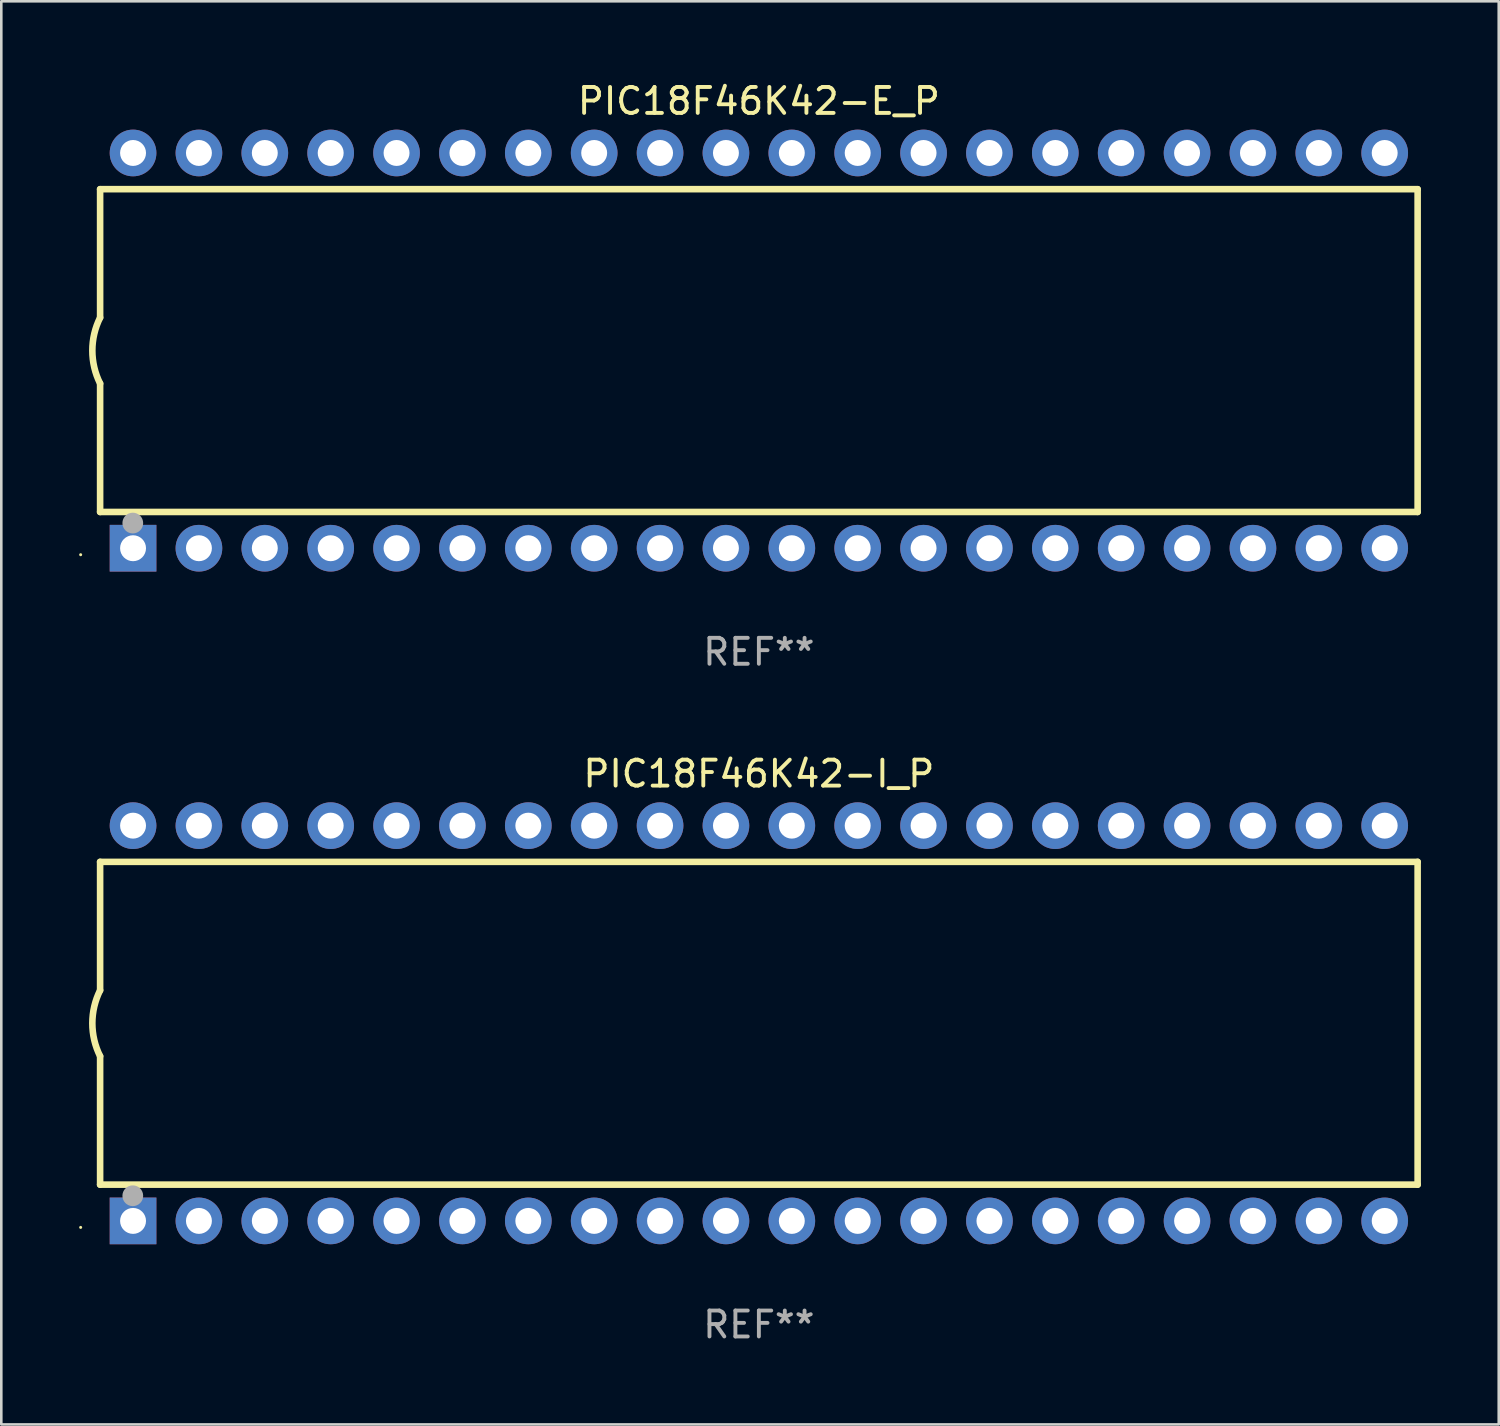
<source format=kicad_pcb>
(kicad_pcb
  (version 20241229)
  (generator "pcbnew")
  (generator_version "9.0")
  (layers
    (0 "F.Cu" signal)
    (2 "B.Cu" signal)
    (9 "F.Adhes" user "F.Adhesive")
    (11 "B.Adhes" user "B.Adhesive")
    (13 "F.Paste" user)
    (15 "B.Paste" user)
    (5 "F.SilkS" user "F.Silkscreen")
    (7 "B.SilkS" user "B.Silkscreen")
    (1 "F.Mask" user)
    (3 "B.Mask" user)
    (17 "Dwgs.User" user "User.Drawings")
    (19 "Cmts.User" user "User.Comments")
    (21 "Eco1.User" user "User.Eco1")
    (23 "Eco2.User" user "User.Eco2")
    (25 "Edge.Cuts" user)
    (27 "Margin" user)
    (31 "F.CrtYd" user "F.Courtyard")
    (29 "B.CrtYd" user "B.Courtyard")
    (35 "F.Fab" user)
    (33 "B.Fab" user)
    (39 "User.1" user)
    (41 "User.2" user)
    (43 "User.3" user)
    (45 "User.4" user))
  (footprint "PIC18F46K42-I_P"
    (layer "F.Cu")
    (at 26.21 36.405)
    (property "Reference" "PIC18F46K42-I_P" (at 0 -9.62 0) (layer "F.SilkS") (effects (font (size 1 1) (thickness 0.15))))
    (attr through_hole)
    (fp_line (start -25.4 -6.224) (end -25.4 -1.271) (stroke (width 0.254) (type solid)) (layer "F.SilkS"))
    (fp_line (start -25.4 -6.224) (end 25.4 -6.224) (stroke (width 0.254) (type solid)) (layer "F.SilkS"))
    (fp_line (start -25.4 1.269) (end -25.4 6.222) (stroke (width 0.254) (type solid)) (layer "F.SilkS"))
    (fp_line (start -25.4 6.222) (end 25.4 6.222) (stroke (width 0.254) (type solid)) (layer "F.SilkS"))
    (fp_line (start 25.4 6.222) (end 25.4 -6.224) (stroke (width 0.254) (type solid)) (layer "F.SilkS"))
    (fp_arc (start -25.4 1.269241) (mid -25.699807 -0.000762) (end -25.4 -1.270765) (stroke (width 0.254001) (type solid)) (layer "F.SilkS"))
    (fp_circle (center -26.15 7.87) (end -26.12 7.87) (stroke (width 0.06) (type solid)) (fill no) (layer "F.SilkS"))
    (fp_circle (center -24.14 6.65) (end -23.94 6.65) (stroke (width 0.4) (type solid)) (fill no) (layer "F.Fab"))
    (fp_text user "REF**" (at 0 11.62 0) (layer "F.Fab") (effects (font (size 1 1) (thickness 0.15))))
    (pad "1" thru_hole rect (at -24.13 7.62 90) (size 1.8 1.8) (drill 1) (layers "*.Cu" "*.Mask"))
    (pad "2" thru_hole circle (at -21.59 7.62) (size 1.8 1.8) (drill 1) (layers "*.Cu" "*.Mask"))
    (pad "3" thru_hole circle (at -19.05 7.62) (size 1.8 1.8) (drill 1) (layers "*.Cu" "*.Mask"))
    (pad "4" thru_hole circle (at -16.51 7.62) (size 1.8 1.8) (drill 1) (layers "*.Cu" "*.Mask"))
    (pad "5" thru_hole circle (at -13.97 7.62) (size 1.8 1.8) (drill 1) (layers "*.Cu" "*.Mask"))
    (pad "6" thru_hole circle (at -11.43 7.62) (size 1.8 1.8) (drill 1) (layers "*.Cu" "*.Mask"))
    (pad "7" thru_hole circle (at -8.89 7.62) (size 1.8 1.8) (drill 1) (layers "*.Cu" "*.Mask"))
    (pad "8" thru_hole circle (at -6.35 7.62) (size 1.8 1.8) (drill 1) (layers "*.Cu" "*.Mask"))
    (pad "9" thru_hole circle (at -3.81 7.62) (size 1.8 1.8) (drill 1) (layers "*.Cu" "*.Mask"))
    (pad "10" thru_hole circle (at -1.27 7.62) (size 1.8 1.8) (drill 1) (layers "*.Cu" "*.Mask"))
    (pad "11" thru_hole circle (at 1.27 7.62) (size 1.8 1.8) (drill 1) (layers "*.Cu" "*.Mask"))
    (pad "12" thru_hole circle (at 3.81 7.62) (size 1.8 1.8) (drill 1) (layers "*.Cu" "*.Mask"))
    (pad "13" thru_hole circle (at 6.35 7.62) (size 1.8 1.8) (drill 1) (layers "*.Cu" "*.Mask"))
    (pad "14" thru_hole circle (at 8.89 7.62) (size 1.8 1.8) (drill 1) (layers "*.Cu" "*.Mask"))
    (pad "15" thru_hole circle (at 11.43 7.62) (size 1.8 1.8) (drill 1) (layers "*.Cu" "*.Mask"))
    (pad "16" thru_hole circle (at 13.97 7.62) (size 1.8 1.8) (drill 1) (layers "*.Cu" "*.Mask"))
    (pad "17" thru_hole circle (at 16.51 7.62) (size 1.8 1.8) (drill 1) (layers "*.Cu" "*.Mask"))
    (pad "18" thru_hole circle (at 19.05 7.62) (size 1.8 1.8) (drill 1) (layers "*.Cu" "*.Mask"))
    (pad "19" thru_hole circle (at 21.59 7.62) (size 1.8 1.8) (drill 1) (layers "*.Cu" "*.Mask"))
    (pad "20" thru_hole circle (at 24.13 7.62) (size 1.8 1.8) (drill 1) (layers "*.Cu" "*.Mask"))
    (pad "21" thru_hole circle (at 24.13 -7.62) (size 1.8 1.8) (drill 1) (layers "*.Cu" "*.Mask"))
    (pad "22" thru_hole circle (at 21.59 -7.62) (size 1.8 1.8) (drill 1) (layers "*.Cu" "*.Mask"))
    (pad "23" thru_hole circle (at 19.05 -7.62) (size 1.8 1.8) (drill 1) (layers "*.Cu" "*.Mask"))
    (pad "24" thru_hole circle (at 16.51 -7.62) (size 1.8 1.8) (drill 1) (layers "*.Cu" "*.Mask"))
    (pad "25" thru_hole circle (at 13.97 -7.62) (size 1.8 1.8) (drill 1) (layers "*.Cu" "*.Mask"))
    (pad "26" thru_hole circle (at 11.43 -7.62) (size 1.8 1.8) (drill 1) (layers "*.Cu" "*.Mask"))
    (pad "27" thru_hole circle (at 8.89 -7.62) (size 1.8 1.8) (drill 1) (layers "*.Cu" "*.Mask"))
    (pad "28" thru_hole circle (at 6.35 -7.62) (size 1.8 1.8) (drill 1) (layers "*.Cu" "*.Mask"))
    (pad "29" thru_hole circle (at 3.81 -7.62) (size 1.8 1.8) (drill 1) (layers "*.Cu" "*.Mask"))
    (pad "30" thru_hole circle (at 1.27 -7.62) (size 1.8 1.8) (drill 1) (layers "*.Cu" "*.Mask"))
    (pad "31" thru_hole circle (at -1.27 -7.62) (size 1.8 1.8) (drill 1) (layers "*.Cu" "*.Mask"))
    (pad "32" thru_hole circle (at -3.81 -7.62) (size 1.8 1.8) (drill 1) (layers "*.Cu" "*.Mask"))
    (pad "33" thru_hole circle (at -6.35 -7.62) (size 1.8 1.8) (drill 1) (layers "*.Cu" "*.Mask"))
    (pad "34" thru_hole circle (at -8.89 -7.62) (size 1.8 1.8) (drill 1) (layers "*.Cu" "*.Mask"))
    (pad "35" thru_hole circle (at -11.43 -7.62) (size 1.8 1.8) (drill 1) (layers "*.Cu" "*.Mask"))
    (pad "36" thru_hole circle (at -13.97 -7.62) (size 1.8 1.8) (drill 1) (layers "*.Cu" "*.Mask"))
    (pad "37" thru_hole circle (at -16.51 -7.62) (size 1.8 1.8) (drill 1) (layers "*.Cu" "*.Mask"))
    (pad "38" thru_hole circle (at -19.05 -7.62) (size 1.8 1.8) (drill 1) (layers "*.Cu" "*.Mask"))
    (pad "39" thru_hole circle (at -21.59 -7.62) (size 1.8 1.8) (drill 1) (layers "*.Cu" "*.Mask"))
    (pad "40" thru_hole circle (at -24.13 -7.62) (size 1.8 1.8) (drill 1) (layers "*.Cu" "*.Mask")))
  (footprint "PIC18F46K42-E_P"
    (layer "F.Cu")
    (at 26.21 10.468)
    (property "Reference" "PIC18F46K42-E_P" (at 0 -9.62 0) (layer "F.SilkS") (effects (font (size 1 1) (thickness 0.15))))
    (attr through_hole)
    (fp_line (start -25.4 -6.224) (end -25.4 -1.271) (stroke (width 0.254) (type solid)) (layer "F.SilkS"))
    (fp_line (start -25.4 -6.224) (end 25.4 -6.224) (stroke (width 0.254) (type solid)) (layer "F.SilkS"))
    (fp_line (start -25.4 1.269) (end -25.4 6.222) (stroke (width 0.254) (type solid)) (layer "F.SilkS"))
    (fp_line (start -25.4 6.222) (end 25.4 6.222) (stroke (width 0.254) (type solid)) (layer "F.SilkS"))
    (fp_line (start 25.4 6.222) (end 25.4 -6.224) (stroke (width 0.254) (type solid)) (layer "F.SilkS"))
    (fp_arc (start -25.4 1.269241) (mid -25.699807 -0.000762) (end -25.4 -1.270765) (stroke (width 0.254001) (type solid)) (layer "F.SilkS"))
    (fp_circle (center -26.15 7.87) (end -26.12 7.87) (stroke (width 0.06) (type solid)) (fill no) (layer "F.SilkS"))
    (fp_circle (center -24.14 6.65) (end -23.94 6.65) (stroke (width 0.4) (type solid)) (fill no) (layer "F.Fab"))
    (fp_text user "REF**" (at 0 11.62 0) (layer "F.Fab") (effects (font (size 1 1) (thickness 0.15))))
    (pad "1" thru_hole rect (at -24.13 7.62 90) (size 1.8 1.8) (drill 1) (layers "*.Cu" "*.Mask"))
    (pad "2" thru_hole circle (at -21.59 7.62) (size 1.8 1.8) (drill 1) (layers "*.Cu" "*.Mask"))
    (pad "3" thru_hole circle (at -19.05 7.62) (size 1.8 1.8) (drill 1) (layers "*.Cu" "*.Mask"))
    (pad "4" thru_hole circle (at -16.51 7.62) (size 1.8 1.8) (drill 1) (layers "*.Cu" "*.Mask"))
    (pad "5" thru_hole circle (at -13.97 7.62) (size 1.8 1.8) (drill 1) (layers "*.Cu" "*.Mask"))
    (pad "6" thru_hole circle (at -11.43 7.62) (size 1.8 1.8) (drill 1) (layers "*.Cu" "*.Mask"))
    (pad "7" thru_hole circle (at -8.89 7.62) (size 1.8 1.8) (drill 1) (layers "*.Cu" "*.Mask"))
    (pad "8" thru_hole circle (at -6.35 7.62) (size 1.8 1.8) (drill 1) (layers "*.Cu" "*.Mask"))
    (pad "9" thru_hole circle (at -3.81 7.62) (size 1.8 1.8) (drill 1) (layers "*.Cu" "*.Mask"))
    (pad "10" thru_hole circle (at -1.27 7.62) (size 1.8 1.8) (drill 1) (layers "*.Cu" "*.Mask"))
    (pad "11" thru_hole circle (at 1.27 7.62) (size 1.8 1.8) (drill 1) (layers "*.Cu" "*.Mask"))
    (pad "12" thru_hole circle (at 3.81 7.62) (size 1.8 1.8) (drill 1) (layers "*.Cu" "*.Mask"))
    (pad "13" thru_hole circle (at 6.35 7.62) (size 1.8 1.8) (drill 1) (layers "*.Cu" "*.Mask"))
    (pad "14" thru_hole circle (at 8.89 7.62) (size 1.8 1.8) (drill 1) (layers "*.Cu" "*.Mask"))
    (pad "15" thru_hole circle (at 11.43 7.62) (size 1.8 1.8) (drill 1) (layers "*.Cu" "*.Mask"))
    (pad "16" thru_hole circle (at 13.97 7.62) (size 1.8 1.8) (drill 1) (layers "*.Cu" "*.Mask"))
    (pad "17" thru_hole circle (at 16.51 7.62) (size 1.8 1.8) (drill 1) (layers "*.Cu" "*.Mask"))
    (pad "18" thru_hole circle (at 19.05 7.62) (size 1.8 1.8) (drill 1) (layers "*.Cu" "*.Mask"))
    (pad "19" thru_hole circle (at 21.59 7.62) (size 1.8 1.8) (drill 1) (layers "*.Cu" "*.Mask"))
    (pad "20" thru_hole circle (at 24.13 7.62) (size 1.8 1.8) (drill 1) (layers "*.Cu" "*.Mask"))
    (pad "21" thru_hole circle (at 24.13 -7.62) (size 1.8 1.8) (drill 1) (layers "*.Cu" "*.Mask"))
    (pad "22" thru_hole circle (at 21.59 -7.62) (size 1.8 1.8) (drill 1) (layers "*.Cu" "*.Mask"))
    (pad "23" thru_hole circle (at 19.05 -7.62) (size 1.8 1.8) (drill 1) (layers "*.Cu" "*.Mask"))
    (pad "24" thru_hole circle (at 16.51 -7.62) (size 1.8 1.8) (drill 1) (layers "*.Cu" "*.Mask"))
    (pad "25" thru_hole circle (at 13.97 -7.62) (size 1.8 1.8) (drill 1) (layers "*.Cu" "*.Mask"))
    (pad "26" thru_hole circle (at 11.43 -7.62) (size 1.8 1.8) (drill 1) (layers "*.Cu" "*.Mask"))
    (pad "27" thru_hole circle (at 8.89 -7.62) (size 1.8 1.8) (drill 1) (layers "*.Cu" "*.Mask"))
    (pad "28" thru_hole circle (at 6.35 -7.62) (size 1.8 1.8) (drill 1) (layers "*.Cu" "*.Mask"))
    (pad "29" thru_hole circle (at 3.81 -7.62) (size 1.8 1.8) (drill 1) (layers "*.Cu" "*.Mask"))
    (pad "30" thru_hole circle (at 1.27 -7.62) (size 1.8 1.8) (drill 1) (layers "*.Cu" "*.Mask"))
    (pad "31" thru_hole circle (at -1.27 -7.62) (size 1.8 1.8) (drill 1) (layers "*.Cu" "*.Mask"))
    (pad "32" thru_hole circle (at -3.81 -7.62) (size 1.8 1.8) (drill 1) (layers "*.Cu" "*.Mask"))
    (pad "33" thru_hole circle (at -6.35 -7.62) (size 1.8 1.8) (drill 1) (layers "*.Cu" "*.Mask"))
    (pad "34" thru_hole circle (at -8.89 -7.62) (size 1.8 1.8) (drill 1) (layers "*.Cu" "*.Mask"))
    (pad "35" thru_hole circle (at -11.43 -7.62) (size 1.8 1.8) (drill 1) (layers "*.Cu" "*.Mask"))
    (pad "36" thru_hole circle (at -13.97 -7.62) (size 1.8 1.8) (drill 1) (layers "*.Cu" "*.Mask"))
    (pad "37" thru_hole circle (at -16.51 -7.62) (size 1.8 1.8) (drill 1) (layers "*.Cu" "*.Mask"))
    (pad "38" thru_hole circle (at -19.05 -7.62) (size 1.8 1.8) (drill 1) (layers "*.Cu" "*.Mask"))
    (pad "39" thru_hole circle (at -21.59 -7.62) (size 1.8 1.8) (drill 1) (layers "*.Cu" "*.Mask"))
    (pad "40" thru_hole circle (at -24.13 -7.62) (size 1.8 1.8) (drill 1) (layers "*.Cu" "*.Mask")))
  (gr_rect
    (start -3 -3)
    (end 54.737 51.873)
    (stroke (width 0.1) (type default))
    (fill no)
    (layer "Edge.Cuts")))
</source>
